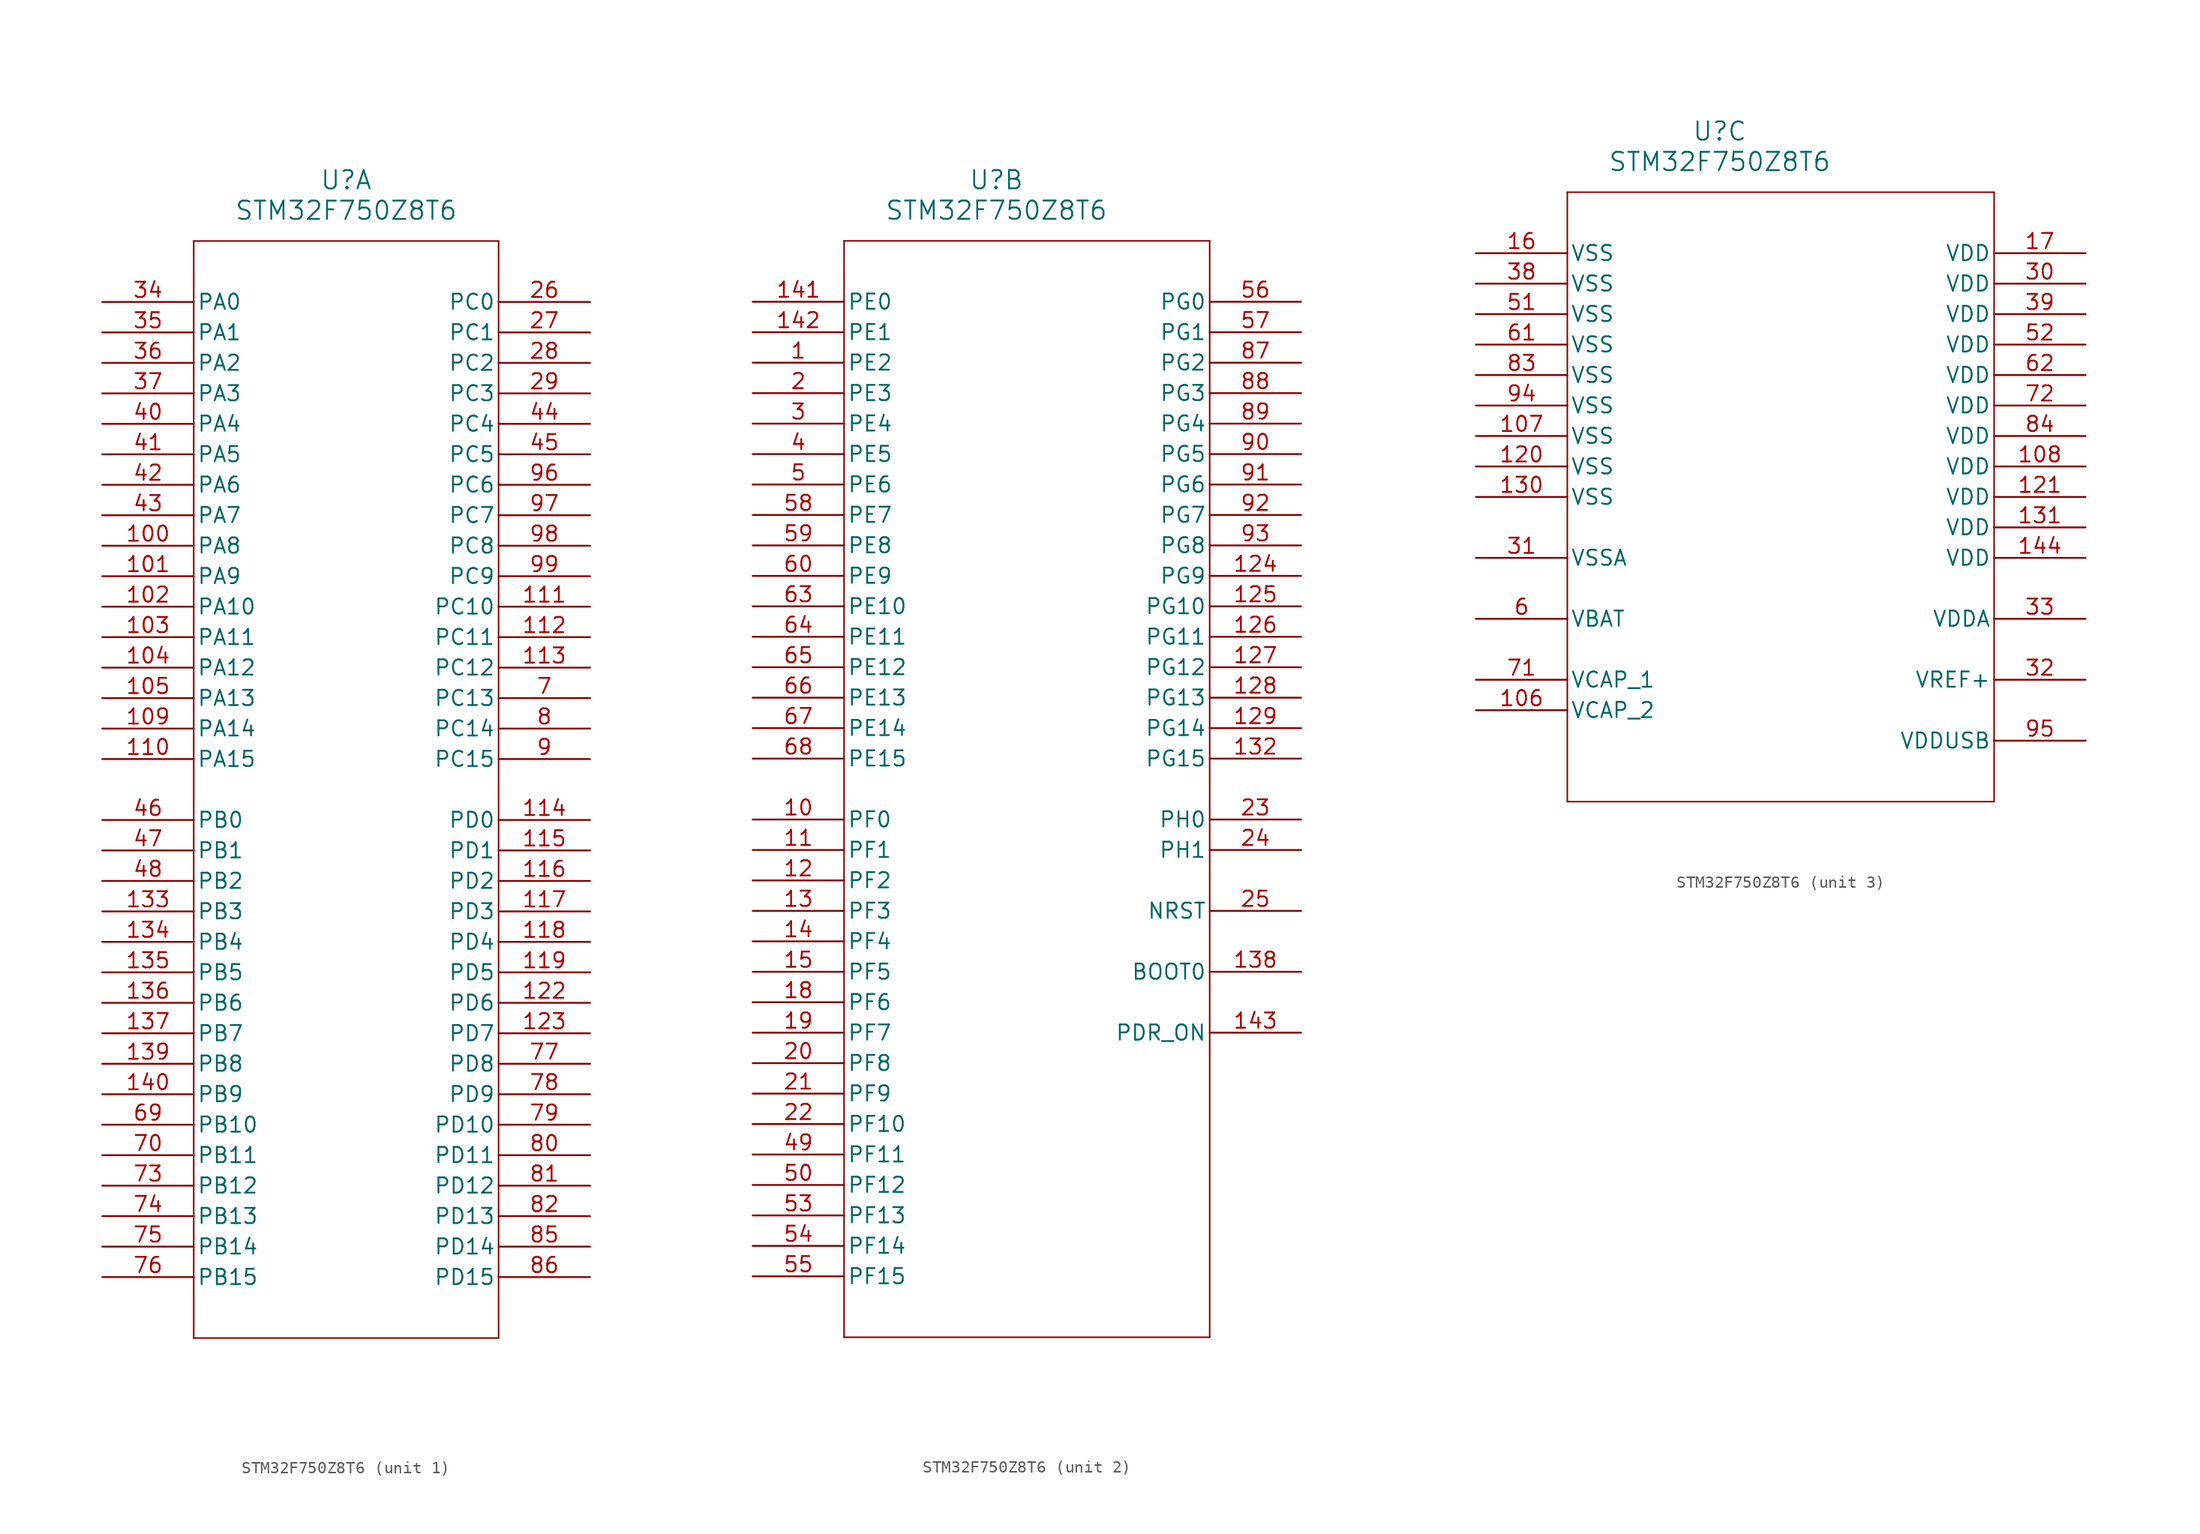
<source format=kicad_sym>
(kicad_symbol_lib
  (version 20211014)
  (generator kicad_symbol_editor)
  (symbol "STM32F750Z8T6"
    (pin_names
      (offset 0.254))
    (property "Reference" "U"
      (at 20.32 10.16 0)
      (effects (font (size 1.524 1.524))))
    (property "Value" "STM32F750Z8T6"
      (at 20.32 7.62 0)
      (effects (font (size 1.524 1.524))))
    (property "ki_locked" ""
      (at 0 0 0)
      (effects (font (size 1.27 1.27))))
    (symbol "STM32F750Z8T6_1_1"
      (polyline (pts (xy 7.62 -86.36) (xy 33.02 -86.36)) (stroke (width 0.127) (type default) (color 0 0 0 0)) (fill (type none)))
      (polyline (pts (xy 7.62 5.08) (xy 7.62 -86.36)) (stroke (width 0.127) (type default) (color 0 0 0 0)) (fill (type none)))
      (polyline (pts (xy 33.02 -86.36) (xy 33.02 5.08)) (stroke (width 0.127) (type default) (color 0 0 0 0)) (fill (type none)))
      (polyline (pts (xy 33.02 5.08) (xy 7.62 5.08)) (stroke (width 0.127) (type default) (color 0 0 0 0)) (fill (type none)))
      (pin bidirectional line (at 0 -20.32 0) (length 7.62) (name "PA8" (effects (font (size 1.27 1.27)))) (number "100" (effects (font (size 1.27 1.27)))))
      (pin bidirectional line (at 0 -22.86 0) (length 7.62) (name "PA9" (effects (font (size 1.27 1.27)))) (number "101" (effects (font (size 1.27 1.27)))))
      (pin bidirectional line (at 0 -25.4 0) (length 7.62) (name "PA10" (effects (font (size 1.27 1.27)))) (number "102" (effects (font (size 1.27 1.27)))))
      (pin bidirectional line (at 0 -27.94 0) (length 7.62) (name "PA11" (effects (font (size 1.27 1.27)))) (number "103" (effects (font (size 1.27 1.27)))))
      (pin bidirectional line (at 0 -30.48 0) (length 7.62) (name "PA12" (effects (font (size 1.27 1.27)))) (number "104" (effects (font (size 1.27 1.27)))))
      (pin bidirectional line (at 0 -33.02 0) (length 7.62) (name "PA13" (effects (font (size 1.27 1.27)))) (number "105" (effects (font (size 1.27 1.27)))))
      (pin bidirectional line (at 0 -35.56 0) (length 7.62) (name "PA14" (effects (font (size 1.27 1.27)))) (number "109" (effects (font (size 1.27 1.27)))))
      (pin bidirectional line (at 0 -38.1 0) (length 7.62) (name "PA15" (effects (font (size 1.27 1.27)))) (number "110" (effects (font (size 1.27 1.27)))))
      (pin bidirectional line (at 40.64 -25.4 180) (length 7.62) (name "PC10" (effects (font (size 1.27 1.27)))) (number "111" (effects (font (size 1.27 1.27)))))
      (pin bidirectional line (at 40.64 -27.94 180) (length 7.62) (name "PC11" (effects (font (size 1.27 1.27)))) (number "112" (effects (font (size 1.27 1.27)))))
      (pin bidirectional line (at 40.64 -30.48 180) (length 7.62) (name "PC12" (effects (font (size 1.27 1.27)))) (number "113" (effects (font (size 1.27 1.27)))))
      (pin bidirectional line (at 40.64 -43.18 180) (length 7.62) (name "PD0" (effects (font (size 1.27 1.27)))) (number "114" (effects (font (size 1.27 1.27)))))
      (pin bidirectional line (at 40.64 -45.72 180) (length 7.62) (name "PD1" (effects (font (size 1.27 1.27)))) (number "115" (effects (font (size 1.27 1.27)))))
      (pin bidirectional line (at 40.64 -48.26 180) (length 7.62) (name "PD2" (effects (font (size 1.27 1.27)))) (number "116" (effects (font (size 1.27 1.27)))))
      (pin bidirectional line (at 40.64 -50.8 180) (length 7.62) (name "PD3" (effects (font (size 1.27 1.27)))) (number "117" (effects (font (size 1.27 1.27)))))
      (pin bidirectional line (at 40.64 -53.34 180) (length 7.62) (name "PD4" (effects (font (size 1.27 1.27)))) (number "118" (effects (font (size 1.27 1.27)))))
      (pin bidirectional line (at 40.64 -55.88 180) (length 7.62) (name "PD5" (effects (font (size 1.27 1.27)))) (number "119" (effects (font (size 1.27 1.27)))))
      (pin bidirectional line (at 40.64 -58.42 180) (length 7.62) (name "PD6" (effects (font (size 1.27 1.27)))) (number "122" (effects (font (size 1.27 1.27)))))
      (pin bidirectional line (at 40.64 -60.96 180) (length 7.62) (name "PD7" (effects (font (size 1.27 1.27)))) (number "123" (effects (font (size 1.27 1.27)))))
      (pin bidirectional line (at 0 -50.8 0) (length 7.62) (name "PB3" (effects (font (size 1.27 1.27)))) (number "133" (effects (font (size 1.27 1.27)))))
      (pin bidirectional line (at 0 -53.34 0) (length 7.62) (name "PB4" (effects (font (size 1.27 1.27)))) (number "134" (effects (font (size 1.27 1.27)))))
      (pin bidirectional line (at 0 -55.88 0) (length 7.62) (name "PB5" (effects (font (size 1.27 1.27)))) (number "135" (effects (font (size 1.27 1.27)))))
      (pin bidirectional line (at 0 -58.42 0) (length 7.62) (name "PB6" (effects (font (size 1.27 1.27)))) (number "136" (effects (font (size 1.27 1.27)))))
      (pin bidirectional line (at 0 -60.96 0) (length 7.62) (name "PB7" (effects (font (size 1.27 1.27)))) (number "137" (effects (font (size 1.27 1.27)))))
      (pin bidirectional line (at 0 -63.5 0) (length 7.62) (name "PB8" (effects (font (size 1.27 1.27)))) (number "139" (effects (font (size 1.27 1.27)))))
      (pin bidirectional line (at 0 -66.04 0) (length 7.62) (name "PB9" (effects (font (size 1.27 1.27)))) (number "140" (effects (font (size 1.27 1.27)))))
      (pin bidirectional line (at 40.64 0 180) (length 7.62) (name "PC0" (effects (font (size 1.27 1.27)))) (number "26" (effects (font (size 1.27 1.27)))))
      (pin bidirectional line (at 40.64 -2.54 180) (length 7.62) (name "PC1" (effects (font (size 1.27 1.27)))) (number "27" (effects (font (size 1.27 1.27)))))
      (pin bidirectional line (at 40.64 -5.08 180) (length 7.62) (name "PC2" (effects (font (size 1.27 1.27)))) (number "28" (effects (font (size 1.27 1.27)))))
      (pin bidirectional line (at 40.64 -7.62 180) (length 7.62) (name "PC3" (effects (font (size 1.27 1.27)))) (number "29" (effects (font (size 1.27 1.27)))))
      (pin bidirectional line (at 0 0 0) (length 7.62) (name "PA0" (effects (font (size 1.27 1.27)))) (number "34" (effects (font (size 1.27 1.27)))))
      (pin bidirectional line (at 0 -2.54 0) (length 7.62) (name "PA1" (effects (font (size 1.27 1.27)))) (number "35" (effects (font (size 1.27 1.27)))))
      (pin bidirectional line (at 0 -5.08 0) (length 7.62) (name "PA2" (effects (font (size 1.27 1.27)))) (number "36" (effects (font (size 1.27 1.27)))))
      (pin bidirectional line (at 0 -7.62 0) (length 7.62) (name "PA3" (effects (font (size 1.27 1.27)))) (number "37" (effects (font (size 1.27 1.27)))))
      (pin bidirectional line (at 0 -10.16 0) (length 7.62) (name "PA4" (effects (font (size 1.27 1.27)))) (number "40" (effects (font (size 1.27 1.27)))))
      (pin bidirectional line (at 0 -12.7 0) (length 7.62) (name "PA5" (effects (font (size 1.27 1.27)))) (number "41" (effects (font (size 1.27 1.27)))))
      (pin bidirectional line (at 0 -15.24 0) (length 7.62) (name "PA6" (effects (font (size 1.27 1.27)))) (number "42" (effects (font (size 1.27 1.27)))))
      (pin bidirectional line (at 0 -17.78 0) (length 7.62) (name "PA7" (effects (font (size 1.27 1.27)))) (number "43" (effects (font (size 1.27 1.27)))))
      (pin bidirectional line (at 40.64 -10.16 180) (length 7.62) (name "PC4" (effects (font (size 1.27 1.27)))) (number "44" (effects (font (size 1.27 1.27)))))
      (pin bidirectional line (at 40.64 -12.7 180) (length 7.62) (name "PC5" (effects (font (size 1.27 1.27)))) (number "45" (effects (font (size 1.27 1.27)))))
      (pin bidirectional line (at 0 -43.18 0) (length 7.62) (name "PB0" (effects (font (size 1.27 1.27)))) (number "46" (effects (font (size 1.27 1.27)))))
      (pin bidirectional line (at 0 -45.72 0) (length 7.62) (name "PB1" (effects (font (size 1.27 1.27)))) (number "47" (effects (font (size 1.27 1.27)))))
      (pin bidirectional line (at 0 -48.26 0) (length 7.62) (name "PB2" (effects (font (size 1.27 1.27)))) (number "48" (effects (font (size 1.27 1.27)))))
      (pin bidirectional line (at 0 -68.58 0) (length 7.62) (name "PB10" (effects (font (size 1.27 1.27)))) (number "69" (effects (font (size 1.27 1.27)))))
      (pin bidirectional line (at 40.64 -33.02 180) (length 7.62) (name "PC13" (effects (font (size 1.27 1.27)))) (number "7" (effects (font (size 1.27 1.27)))))
      (pin bidirectional line (at 0 -71.12 0) (length 7.62) (name "PB11" (effects (font (size 1.27 1.27)))) (number "70" (effects (font (size 1.27 1.27)))))
      (pin bidirectional line (at 0 -73.66 0) (length 7.62) (name "PB12" (effects (font (size 1.27 1.27)))) (number "73" (effects (font (size 1.27 1.27)))))
      (pin bidirectional line (at 0 -76.2 0) (length 7.62) (name "PB13" (effects (font (size 1.27 1.27)))) (number "74" (effects (font (size 1.27 1.27)))))
      (pin bidirectional line (at 0 -78.74 0) (length 7.62) (name "PB14" (effects (font (size 1.27 1.27)))) (number "75" (effects (font (size 1.27 1.27)))))
      (pin bidirectional line (at 0 -81.28 0) (length 7.62) (name "PB15" (effects (font (size 1.27 1.27)))) (number "76" (effects (font (size 1.27 1.27)))))
      (pin bidirectional line (at 40.64 -63.5 180) (length 7.62) (name "PD8" (effects (font (size 1.27 1.27)))) (number "77" (effects (font (size 1.27 1.27)))))
      (pin bidirectional line (at 40.64 -66.04 180) (length 7.62) (name "PD9" (effects (font (size 1.27 1.27)))) (number "78" (effects (font (size 1.27 1.27)))))
      (pin bidirectional line (at 40.64 -68.58 180) (length 7.62) (name "PD10" (effects (font (size 1.27 1.27)))) (number "79" (effects (font (size 1.27 1.27)))))
      (pin bidirectional line (at 40.64 -35.56 180) (length 7.62) (name "PC14" (effects (font (size 1.27 1.27)))) (number "8" (effects (font (size 1.27 1.27)))))
      (pin bidirectional line (at 40.64 -71.12 180) (length 7.62) (name "PD11" (effects (font (size 1.27 1.27)))) (number "80" (effects (font (size 1.27 1.27)))))
      (pin bidirectional line (at 40.64 -73.66 180) (length 7.62) (name "PD12" (effects (font (size 1.27 1.27)))) (number "81" (effects (font (size 1.27 1.27)))))
      (pin bidirectional line (at 40.64 -76.2 180) (length 7.62) (name "PD13" (effects (font (size 1.27 1.27)))) (number "82" (effects (font (size 1.27 1.27)))))
      (pin bidirectional line (at 40.64 -78.74 180) (length 7.62) (name "PD14" (effects (font (size 1.27 1.27)))) (number "85" (effects (font (size 1.27 1.27)))))
      (pin bidirectional line (at 40.64 -81.28 180) (length 7.62) (name "PD15" (effects (font (size 1.27 1.27)))) (number "86" (effects (font (size 1.27 1.27)))))
      (pin bidirectional line (at 40.64 -38.1 180) (length 7.62) (name "PC15" (effects (font (size 1.27 1.27)))) (number "9" (effects (font (size 1.27 1.27)))))
      (pin bidirectional line (at 40.64 -15.24 180) (length 7.62) (name "PC6" (effects (font (size 1.27 1.27)))) (number "96" (effects (font (size 1.27 1.27)))))
      (pin bidirectional line (at 40.64 -17.78 180) (length 7.62) (name "PC7" (effects (font (size 1.27 1.27)))) (number "97" (effects (font (size 1.27 1.27)))))
      (pin bidirectional line (at 40.64 -20.32 180) (length 7.62) (name "PC8" (effects (font (size 1.27 1.27)))) (number "98" (effects (font (size 1.27 1.27)))))
      (pin bidirectional line (at 40.64 -22.86 180) (length 7.62) (name "PC9" (effects (font (size 1.27 1.27)))) (number "99" (effects (font (size 1.27 1.27))))))
    (symbol "STM32F750Z8T6_2_1"
      (polyline (pts (xy 7.62 -86.36) (xy 38.1 -86.36)) (stroke (width 0.127) (type default) (color 0 0 0 0)) (fill (type none)))
      (polyline (pts (xy 7.62 5.08) (xy 7.62 -86.36)) (stroke (width 0.127) (type default) (color 0 0 0 0)) (fill (type none)))
      (polyline (pts (xy 38.1 -86.36) (xy 38.1 5.08)) (stroke (width 0.127) (type default) (color 0 0 0 0)) (fill (type none)))
      (polyline (pts (xy 38.1 5.08) (xy 7.62 5.08)) (stroke (width 0.127) (type default) (color 0 0 0 0)) (fill (type none)))
      (pin bidirectional line (at 0 -5.08 0) (length 7.62) (name "PE2" (effects (font (size 1.27 1.27)))) (number "1" (effects (font (size 1.27 1.27)))))
      (pin bidirectional line (at 0 -43.18 0) (length 7.62) (name "PF0" (effects (font (size 1.27 1.27)))) (number "10" (effects (font (size 1.27 1.27)))))
      (pin bidirectional line (at 0 -45.72 0) (length 7.62) (name "PF1" (effects (font (size 1.27 1.27)))) (number "11" (effects (font (size 1.27 1.27)))))
      (pin bidirectional line (at 0 -48.26 0) (length 7.62) (name "PF2" (effects (font (size 1.27 1.27)))) (number "12" (effects (font (size 1.27 1.27)))))
      (pin bidirectional line (at 45.72 -22.86 180) (length 7.62) (name "PG9" (effects (font (size 1.27 1.27)))) (number "124" (effects (font (size 1.27 1.27)))))
      (pin bidirectional line (at 45.72 -25.4 180) (length 7.62) (name "PG10" (effects (font (size 1.27 1.27)))) (number "125" (effects (font (size 1.27 1.27)))))
      (pin bidirectional line (at 45.72 -27.94 180) (length 7.62) (name "PG11" (effects (font (size 1.27 1.27)))) (number "126" (effects (font (size 1.27 1.27)))))
      (pin bidirectional line (at 45.72 -30.48 180) (length 7.62) (name "PG12" (effects (font (size 1.27 1.27)))) (number "127" (effects (font (size 1.27 1.27)))))
      (pin bidirectional line (at 45.72 -33.02 180) (length 7.62) (name "PG13" (effects (font (size 1.27 1.27)))) (number "128" (effects (font (size 1.27 1.27)))))
      (pin bidirectional line (at 45.72 -35.56 180) (length 7.62) (name "PG14" (effects (font (size 1.27 1.27)))) (number "129" (effects (font (size 1.27 1.27)))))
      (pin bidirectional line (at 0 -50.8 0) (length 7.62) (name "PF3" (effects (font (size 1.27 1.27)))) (number "13" (effects (font (size 1.27 1.27)))))
      (pin bidirectional line (at 45.72 -38.1 180) (length 7.62) (name "PG15" (effects (font (size 1.27 1.27)))) (number "132" (effects (font (size 1.27 1.27)))))
      (pin input line (at 45.72 -55.88 180) (length 7.62) (name "BOOT0" (effects (font (size 1.27 1.27)))) (number "138" (effects (font (size 1.27 1.27)))))
      (pin bidirectional line (at 0 -53.34 0) (length 7.62) (name "PF4" (effects (font (size 1.27 1.27)))) (number "14" (effects (font (size 1.27 1.27)))))
      (pin bidirectional line (at 0 0 0) (length 7.62) (name "PE0" (effects (font (size 1.27 1.27)))) (number "141" (effects (font (size 1.27 1.27)))))
      (pin bidirectional line (at 0 -2.54 0) (length 7.62) (name "PE1" (effects (font (size 1.27 1.27)))) (number "142" (effects (font (size 1.27 1.27)))))
      (pin bidirectional line (at 45.72 -60.96 180) (length 7.62) (name "PDR_ON" (effects (font (size 1.27 1.27)))) (number "143" (effects (font (size 1.27 1.27)))))
      (pin bidirectional line (at 0 -55.88 0) (length 7.62) (name "PF5" (effects (font (size 1.27 1.27)))) (number "15" (effects (font (size 1.27 1.27)))))
      (pin bidirectional line (at 0 -58.42 0) (length 7.62) (name "PF6" (effects (font (size 1.27 1.27)))) (number "18" (effects (font (size 1.27 1.27)))))
      (pin bidirectional line (at 0 -60.96 0) (length 7.62) (name "PF7" (effects (font (size 1.27 1.27)))) (number "19" (effects (font (size 1.27 1.27)))))
      (pin bidirectional line (at 0 -7.62 0) (length 7.62) (name "PE3" (effects (font (size 1.27 1.27)))) (number "2" (effects (font (size 1.27 1.27)))))
      (pin bidirectional line (at 0 -63.5 0) (length 7.62) (name "PF8" (effects (font (size 1.27 1.27)))) (number "20" (effects (font (size 1.27 1.27)))))
      (pin bidirectional line (at 0 -66.04 0) (length 7.62) (name "PF9" (effects (font (size 1.27 1.27)))) (number "21" (effects (font (size 1.27 1.27)))))
      (pin bidirectional line (at 0 -68.58 0) (length 7.62) (name "PF10" (effects (font (size 1.27 1.27)))) (number "22" (effects (font (size 1.27 1.27)))))
      (pin bidirectional line (at 45.72 -43.18 180) (length 7.62) (name "PH0" (effects (font (size 1.27 1.27)))) (number "23" (effects (font (size 1.27 1.27)))))
      (pin bidirectional line (at 45.72 -45.72 180) (length 7.62) (name "PH1" (effects (font (size 1.27 1.27)))) (number "24" (effects (font (size 1.27 1.27)))))
      (pin bidirectional line (at 45.72 -50.8 180) (length 7.62) (name "NRST" (effects (font (size 1.27 1.27)))) (number "25" (effects (font (size 1.27 1.27)))))
      (pin bidirectional line (at 0 -10.16 0) (length 7.62) (name "PE4" (effects (font (size 1.27 1.27)))) (number "3" (effects (font (size 1.27 1.27)))))
      (pin bidirectional line (at 0 -12.7 0) (length 7.62) (name "PE5" (effects (font (size 1.27 1.27)))) (number "4" (effects (font (size 1.27 1.27)))))
      (pin bidirectional line (at 0 -71.12 0) (length 7.62) (name "PF11" (effects (font (size 1.27 1.27)))) (number "49" (effects (font (size 1.27 1.27)))))
      (pin bidirectional line (at 0 -15.24 0) (length 7.62) (name "PE6" (effects (font (size 1.27 1.27)))) (number "5" (effects (font (size 1.27 1.27)))))
      (pin bidirectional line (at 0 -73.66 0) (length 7.62) (name "PF12" (effects (font (size 1.27 1.27)))) (number "50" (effects (font (size 1.27 1.27)))))
      (pin bidirectional line (at 0 -76.2 0) (length 7.62) (name "PF13" (effects (font (size 1.27 1.27)))) (number "53" (effects (font (size 1.27 1.27)))))
      (pin bidirectional line (at 0 -78.74 0) (length 7.62) (name "PF14" (effects (font (size 1.27 1.27)))) (number "54" (effects (font (size 1.27 1.27)))))
      (pin bidirectional line (at 0 -81.28 0) (length 7.62) (name "PF15" (effects (font (size 1.27 1.27)))) (number "55" (effects (font (size 1.27 1.27)))))
      (pin bidirectional line (at 45.72 0 180) (length 7.62) (name "PG0" (effects (font (size 1.27 1.27)))) (number "56" (effects (font (size 1.27 1.27)))))
      (pin bidirectional line (at 45.72 -2.54 180) (length 7.62) (name "PG1" (effects (font (size 1.27 1.27)))) (number "57" (effects (font (size 1.27 1.27)))))
      (pin bidirectional line (at 0 -17.78 0) (length 7.62) (name "PE7" (effects (font (size 1.27 1.27)))) (number "58" (effects (font (size 1.27 1.27)))))
      (pin bidirectional line (at 0 -20.32 0) (length 7.62) (name "PE8" (effects (font (size 1.27 1.27)))) (number "59" (effects (font (size 1.27 1.27)))))
      (pin bidirectional line (at 0 -22.86 0) (length 7.62) (name "PE9" (effects (font (size 1.27 1.27)))) (number "60" (effects (font (size 1.27 1.27)))))
      (pin bidirectional line (at 0 -25.4 0) (length 7.62) (name "PE10" (effects (font (size 1.27 1.27)))) (number "63" (effects (font (size 1.27 1.27)))))
      (pin bidirectional line (at 0 -27.94 0) (length 7.62) (name "PE11" (effects (font (size 1.27 1.27)))) (number "64" (effects (font (size 1.27 1.27)))))
      (pin bidirectional line (at 0 -30.48 0) (length 7.62) (name "PE12" (effects (font (size 1.27 1.27)))) (number "65" (effects (font (size 1.27 1.27)))))
      (pin bidirectional line (at 0 -33.02 0) (length 7.62) (name "PE13" (effects (font (size 1.27 1.27)))) (number "66" (effects (font (size 1.27 1.27)))))
      (pin bidirectional line (at 0 -35.56 0) (length 7.62) (name "PE14" (effects (font (size 1.27 1.27)))) (number "67" (effects (font (size 1.27 1.27)))))
      (pin bidirectional line (at 0 -38.1 0) (length 7.62) (name "PE15" (effects (font (size 1.27 1.27)))) (number "68" (effects (font (size 1.27 1.27)))))
      (pin bidirectional line (at 45.72 -5.08 180) (length 7.62) (name "PG2" (effects (font (size 1.27 1.27)))) (number "87" (effects (font (size 1.27 1.27)))))
      (pin bidirectional line (at 45.72 -7.62 180) (length 7.62) (name "PG3" (effects (font (size 1.27 1.27)))) (number "88" (effects (font (size 1.27 1.27)))))
      (pin bidirectional line (at 45.72 -10.16 180) (length 7.62) (name "PG4" (effects (font (size 1.27 1.27)))) (number "89" (effects (font (size 1.27 1.27)))))
      (pin bidirectional line (at 45.72 -12.7 180) (length 7.62) (name "PG5" (effects (font (size 1.27 1.27)))) (number "90" (effects (font (size 1.27 1.27)))))
      (pin bidirectional line (at 45.72 -15.24 180) (length 7.62) (name "PG6" (effects (font (size 1.27 1.27)))) (number "91" (effects (font (size 1.27 1.27)))))
      (pin bidirectional line (at 45.72 -17.78 180) (length 7.62) (name "PG7" (effects (font (size 1.27 1.27)))) (number "92" (effects (font (size 1.27 1.27)))))
      (pin bidirectional line (at 45.72 -20.32 180) (length 7.62) (name "PG8" (effects (font (size 1.27 1.27)))) (number "93" (effects (font (size 1.27 1.27))))))
    (symbol "STM32F750Z8T6_3_1"
      (polyline (pts (xy 7.62 -45.72) (xy 43.18 -45.72)) (stroke (width 0.127) (type default) (color 0 0 0 0)) (fill (type none)))
      (polyline (pts (xy 7.62 5.08) (xy 7.62 -45.72)) (stroke (width 0.127) (type default) (color 0 0 0 0)) (fill (type none)))
      (polyline (pts (xy 43.18 -45.72) (xy 43.18 5.08)) (stroke (width 0.127) (type default) (color 0 0 0 0)) (fill (type none)))
      (polyline (pts (xy 43.18 5.08) (xy 7.62 5.08)) (stroke (width 0.127) (type default) (color 0 0 0 0)) (fill (type none)))
      (pin power_out line (at 0 -38.1 0) (length 7.62) (name "VCAP_2" (effects (font (size 1.27 1.27)))) (number "106" (effects (font (size 1.27 1.27)))))
      (pin power_in line (at 0 -15.24 0) (length 7.62) (name "VSS" (effects (font (size 1.27 1.27)))) (number "107" (effects (font (size 1.27 1.27)))))
      (pin power_in line (at 50.8 -17.78 180) (length 7.62) (name "VDD" (effects (font (size 1.27 1.27)))) (number "108" (effects (font (size 1.27 1.27)))))
      (pin power_in line (at 0 -17.78 0) (length 7.62) (name "VSS" (effects (font (size 1.27 1.27)))) (number "120" (effects (font (size 1.27 1.27)))))
      (pin power_in line (at 50.8 -20.32 180) (length 7.62) (name "VDD" (effects (font (size 1.27 1.27)))) (number "121" (effects (font (size 1.27 1.27)))))
      (pin power_in line (at 0 -20.32 0) (length 7.62) (name "VSS" (effects (font (size 1.27 1.27)))) (number "130" (effects (font (size 1.27 1.27)))))
      (pin power_in line (at 50.8 -22.86 180) (length 7.62) (name "VDD" (effects (font (size 1.27 1.27)))) (number "131" (effects (font (size 1.27 1.27)))))
      (pin power_in line (at 50.8 -25.4 180) (length 7.62) (name "VDD" (effects (font (size 1.27 1.27)))) (number "144" (effects (font (size 1.27 1.27)))))
      (pin power_in line (at 0 0 0) (length 7.62) (name "VSS" (effects (font (size 1.27 1.27)))) (number "16" (effects (font (size 1.27 1.27)))))
      (pin power_in line (at 50.8 0 180) (length 7.62) (name "VDD" (effects (font (size 1.27 1.27)))) (number "17" (effects (font (size 1.27 1.27)))))
      (pin power_in line (at 50.8 -2.54 180) (length 7.62) (name "VDD" (effects (font (size 1.27 1.27)))) (number "30" (effects (font (size 1.27 1.27)))))
      (pin power_in line (at 0 -25.4 0) (length 7.62) (name "VSSA" (effects (font (size 1.27 1.27)))) (number "31" (effects (font (size 1.27 1.27)))))
      (pin power_in line (at 50.8 -35.56 180) (length 7.62) (name "VREF+" (effects (font (size 1.27 1.27)))) (number "32" (effects (font (size 1.27 1.27)))))
      (pin power_in line (at 50.8 -30.48 180) (length 7.62) (name "VDDA" (effects (font (size 1.27 1.27)))) (number "33" (effects (font (size 1.27 1.27)))))
      (pin power_in line (at 0 -2.54 0) (length 7.62) (name "VSS" (effects (font (size 1.27 1.27)))) (number "38" (effects (font (size 1.27 1.27)))))
      (pin power_in line (at 50.8 -5.08 180) (length 7.62) (name "VDD" (effects (font (size 1.27 1.27)))) (number "39" (effects (font (size 1.27 1.27)))))
      (pin power_in line (at 0 -5.08 0) (length 7.62) (name "VSS" (effects (font (size 1.27 1.27)))) (number "51" (effects (font (size 1.27 1.27)))))
      (pin power_in line (at 50.8 -7.62 180) (length 7.62) (name "VDD" (effects (font (size 1.27 1.27)))) (number "52" (effects (font (size 1.27 1.27)))))
      (pin power_in line (at 0 -30.48 0) (length 7.62) (name "VBAT" (effects (font (size 1.27 1.27)))) (number "6" (effects (font (size 1.27 1.27)))))
      (pin power_in line (at 0 -7.62 0) (length 7.62) (name "VSS" (effects (font (size 1.27 1.27)))) (number "61" (effects (font (size 1.27 1.27)))))
      (pin power_in line (at 50.8 -10.16 180) (length 7.62) (name "VDD" (effects (font (size 1.27 1.27)))) (number "62" (effects (font (size 1.27 1.27)))))
      (pin power_out line (at 0 -35.56 0) (length 7.62) (name "VCAP_1" (effects (font (size 1.27 1.27)))) (number "71" (effects (font (size 1.27 1.27)))))
      (pin power_in line (at 50.8 -12.7 180) (length 7.62) (name "VDD" (effects (font (size 1.27 1.27)))) (number "72" (effects (font (size 1.27 1.27)))))
      (pin power_in line (at 0 -10.16 0) (length 7.62) (name "VSS" (effects (font (size 1.27 1.27)))) (number "83" (effects (font (size 1.27 1.27)))))
      (pin power_in line (at 50.8 -15.24 180) (length 7.62) (name "VDD" (effects (font (size 1.27 1.27)))) (number "84" (effects (font (size 1.27 1.27)))))
      (pin power_in line (at 0 -12.7 0) (length 7.62) (name "VSS" (effects (font (size 1.27 1.27)))) (number "94" (effects (font (size 1.27 1.27)))))
      (pin power_in line (at 50.8 -40.64 180) (length 7.62) (name "VDDUSB" (effects (font (size 1.27 1.27)))) (number "95" (effects (font (size 1.27 1.27))))))))
</source>
